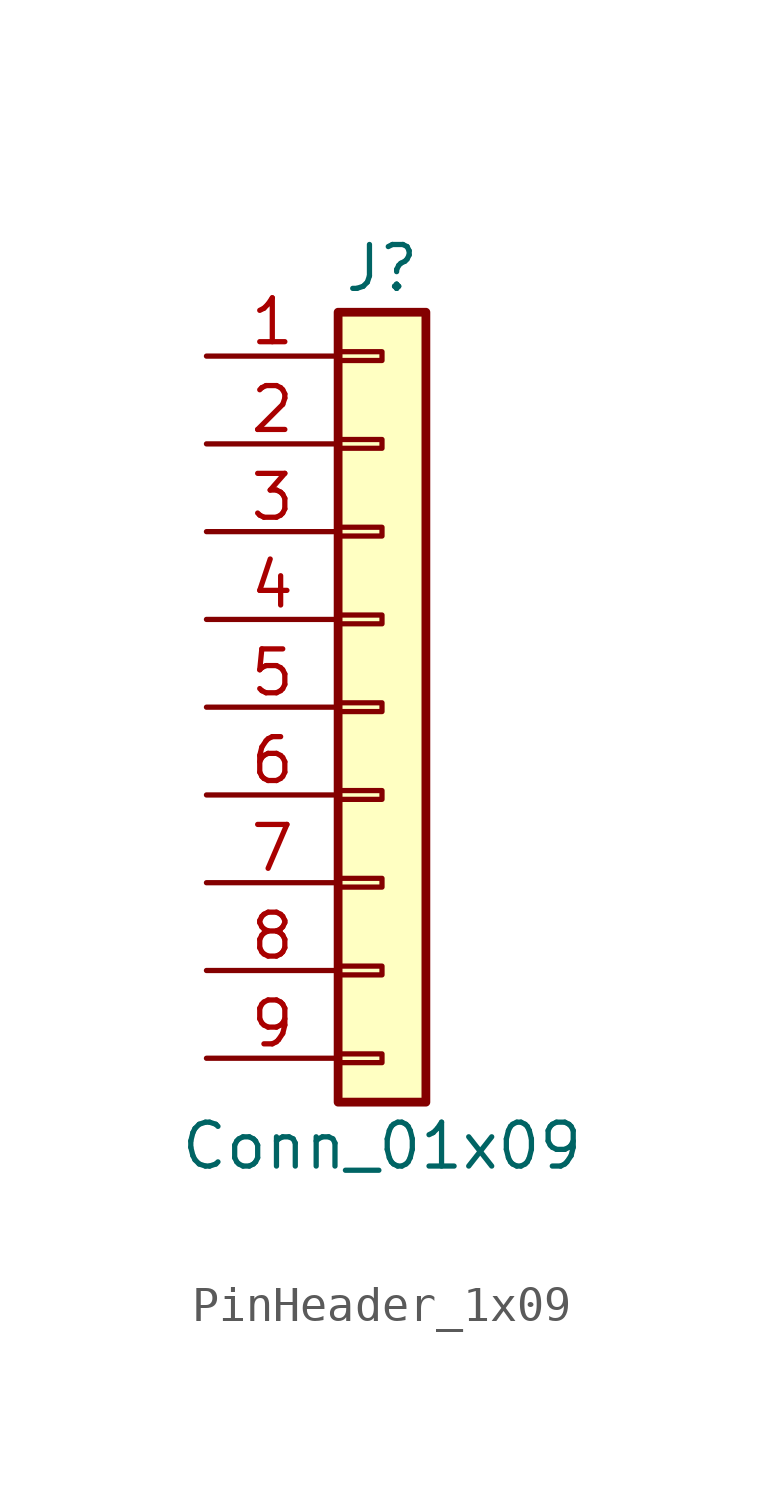
<source format=kicad_sym>
(kicad_symbol_lib
  (version 20220914)
  (generator kicad_symbol_editor)
  (symbol "PinHeader_1x09"
    (pin_names
      (offset 1.016) hide)
    (property "Reference" "J"
      (at 0 12.7 0)
      (effects (font (size 1.27 1.27))))
    (property "Value" "Conn_01x09"
      (at 0 -12.7 0)
      (effects (font (size 1.27 1.27))))
    (property "LCSC" ""
      (at 0 0 0)
      (effects (font (size 1.27 1.27))))
    (property "Manufacturer PN" ""
      (at 0 0 0)
      (effects (font (size 1.27 1.27))))
    (property "Silkscreen" ""
      (at 0 0 0)
      (effects (font (size 1.27 1.27))))
    (symbol "PinHeader_1x09_1_1"
      (rectangle (start -1.27 -10.033) (end 0 -10.287) (stroke (width 0.152) (type default)) (fill (type none)))
      (rectangle (start -1.27 -7.493) (end 0 -7.747) (stroke (width 0.152) (type default)) (fill (type none)))
      (rectangle (start -1.27 -4.953) (end 0 -5.207) (stroke (width 0.152) (type default)) (fill (type none)))
      (rectangle (start -1.27 -2.413) (end 0 -2.667) (stroke (width 0.152) (type default)) (fill (type none)))
      (rectangle (start -1.27 0.127) (end 0 -0.127) (stroke (width 0.152) (type default)) (fill (type none)))
      (rectangle (start -1.27 2.667) (end 0 2.413) (stroke (width 0.152) (type default)) (fill (type none)))
      (rectangle (start -1.27 5.207) (end 0 4.953) (stroke (width 0.152) (type default)) (fill (type none)))
      (rectangle (start -1.27 7.747) (end 0 7.493) (stroke (width 0.152) (type default)) (fill (type none)))
      (rectangle (start -1.27 10.287) (end 0 10.033) (stroke (width 0.152) (type default)) (fill (type none)))
      (rectangle (start -1.27 11.43) (end 1.27 -11.43) (stroke (width 0.254) (type default)) (fill (type background)))
      (pin passive line (at -5.08 10.16 0) (length 3.81) (name "Pin_1" (effects (font (size 1.27 1.27)))) (number "1" (effects (font (size 1.27 1.27)))))
      (pin passive line (at -5.08 7.62 0) (length 3.81) (name "Pin_2" (effects (font (size 1.27 1.27)))) (number "2" (effects (font (size 1.27 1.27)))))
      (pin passive line (at -5.08 5.08 0) (length 3.81) (name "Pin_3" (effects (font (size 1.27 1.27)))) (number "3" (effects (font (size 1.27 1.27)))))
      (pin passive line (at -5.08 2.54 0) (length 3.81) (name "Pin_4" (effects (font (size 1.27 1.27)))) (number "4" (effects (font (size 1.27 1.27)))))
      (pin passive line (at -5.08 0 0) (length 3.81) (name "Pin_5" (effects (font (size 1.27 1.27)))) (number "5" (effects (font (size 1.27 1.27)))))
      (pin passive line (at -5.08 -2.54 0) (length 3.81) (name "Pin_6" (effects (font (size 1.27 1.27)))) (number "6" (effects (font (size 1.27 1.27)))))
      (pin passive line (at -5.08 -5.08 0) (length 3.81) (name "Pin_7" (effects (font (size 1.27 1.27)))) (number "7" (effects (font (size 1.27 1.27)))))
      (pin passive line (at -5.08 -7.62 0) (length 3.81) (name "Pin_8" (effects (font (size 1.27 1.27)))) (number "8" (effects (font (size 1.27 1.27)))))
      (pin passive line (at -5.08 -10.16 0) (length 3.81) (name "Pin_9" (effects (font (size 1.27 1.27)))) (number "9" (effects (font (size 1.27 1.27))))))))
</source>
